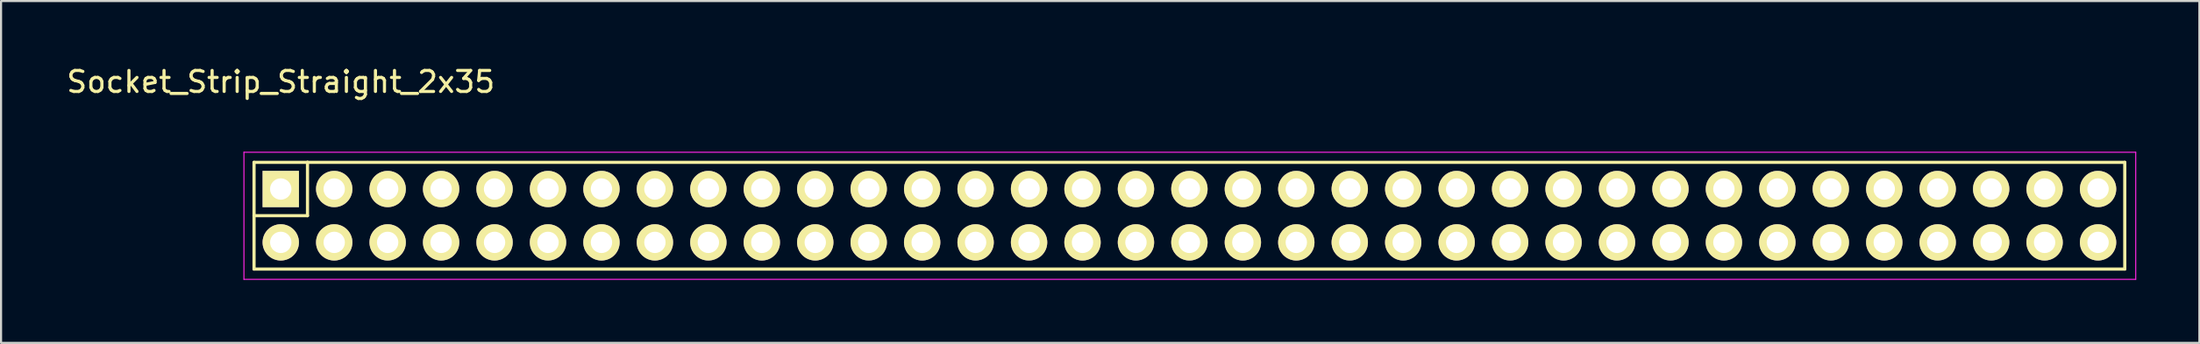
<source format=kicad_pcb>
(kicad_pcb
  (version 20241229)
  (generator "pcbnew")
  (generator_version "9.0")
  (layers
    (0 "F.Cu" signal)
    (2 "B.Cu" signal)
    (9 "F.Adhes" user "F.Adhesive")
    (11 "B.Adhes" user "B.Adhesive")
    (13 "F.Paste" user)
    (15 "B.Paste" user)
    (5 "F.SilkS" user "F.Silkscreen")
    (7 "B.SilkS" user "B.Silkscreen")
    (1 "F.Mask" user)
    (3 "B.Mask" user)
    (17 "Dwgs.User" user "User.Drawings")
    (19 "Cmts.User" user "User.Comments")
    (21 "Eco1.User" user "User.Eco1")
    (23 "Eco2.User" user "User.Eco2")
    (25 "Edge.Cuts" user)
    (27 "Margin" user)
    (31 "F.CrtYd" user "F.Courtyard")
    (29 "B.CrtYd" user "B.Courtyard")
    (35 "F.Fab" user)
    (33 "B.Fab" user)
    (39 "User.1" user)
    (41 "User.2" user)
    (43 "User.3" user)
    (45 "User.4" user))
  (footprint "Socket_Strip_Straight_2x35"
    (layer "F.Cu")
    (at 10.292 5.948)
    (property "Reference" "Socket_Strip_Straight_2x35" (at 0 -5.1 0) (layer "F.SilkS") (effects (font (size 1 1) (thickness 0.15))))
    (attr through_hole)
    (fp_line (start -1.27 -1.27) (end -1.27 1.27) (stroke (width 0.15) (type solid)) (layer "F.SilkS"))
    (fp_line (start -1.27 -1.27) (end 1.27 -1.27) (stroke (width 0.15) (type solid)) (layer "F.SilkS"))
    (fp_line (start -1.27 1.27) (end 1.27 1.27) (stroke (width 0.15) (type solid)) (layer "F.SilkS"))
    (fp_line (start -1.27 3.81) (end -1.27 1.27) (stroke (width 0.15) (type solid)) (layer "F.SilkS"))
    (fp_line (start 1.27 -1.27) (end 87.63 -1.27) (stroke (width 0.15) (type solid)) (layer "F.SilkS"))
    (fp_line (start 1.27 1.27) (end 1.27 -1.27) (stroke (width 0.15) (type solid)) (layer "F.SilkS"))
    (fp_line (start 87.63 3.81) (end -1.27 3.81) (stroke (width 0.15) (type solid)) (layer "F.SilkS"))
    (fp_line (start 87.63 3.81) (end 87.63 -1.27) (stroke (width 0.15) (type solid)) (layer "F.SilkS"))
    (fp_line (start -1.75 -1.75) (end -1.75 4.3) (stroke (width 0.05) (type solid)) (layer "F.CrtYd"))
    (fp_line (start -1.75 -1.75) (end 88.15 -1.75) (stroke (width 0.05) (type solid)) (layer "F.CrtYd"))
    (fp_line (start -1.75 4.3) (end 88.15 4.3) (stroke (width 0.05) (type solid)) (layer "F.CrtYd"))
    (fp_line (start 88.15 -1.75) (end 88.15 4.3) (stroke (width 0.05) (type solid)) (layer "F.CrtYd"))
    (pad "1" thru_hole rect (at 0 0) (size 1.727 1.727) (drill 1.016) (layers "*.Cu" "*.Mask" "F.SilkS"))
    (pad "2" thru_hole oval (at 0 2.54) (size 1.727 1.727) (drill 1.016) (layers "*.Cu" "*.Mask" "F.SilkS"))
    (pad "3" thru_hole oval (at 2.54 0) (size 1.727 1.727) (drill 1.016) (layers "*.Cu" "*.Mask" "F.SilkS"))
    (pad "4" thru_hole oval (at 2.54 2.54) (size 1.727 1.727) (drill 1.016) (layers "*.Cu" "*.Mask" "F.SilkS"))
    (pad "5" thru_hole oval (at 5.08 0) (size 1.727 1.727) (drill 1.016) (layers "*.Cu" "*.Mask" "F.SilkS"))
    (pad "6" thru_hole oval (at 5.08 2.54) (size 1.727 1.727) (drill 1.016) (layers "*.Cu" "*.Mask" "F.SilkS"))
    (pad "7" thru_hole oval (at 7.62 0) (size 1.727 1.727) (drill 1.016) (layers "*.Cu" "*.Mask" "F.SilkS"))
    (pad "8" thru_hole oval (at 7.62 2.54) (size 1.727 1.727) (drill 1.016) (layers "*.Cu" "*.Mask" "F.SilkS"))
    (pad "9" thru_hole oval (at 10.16 0) (size 1.727 1.727) (drill 1.016) (layers "*.Cu" "*.Mask" "F.SilkS"))
    (pad "10" thru_hole oval (at 10.16 2.54) (size 1.727 1.727) (drill 1.016) (layers "*.Cu" "*.Mask" "F.SilkS"))
    (pad "11" thru_hole oval (at 12.7 0) (size 1.727 1.727) (drill 1.016) (layers "*.Cu" "*.Mask" "F.SilkS"))
    (pad "12" thru_hole oval (at 12.7 2.54) (size 1.727 1.727) (drill 1.016) (layers "*.Cu" "*.Mask" "F.SilkS"))
    (pad "13" thru_hole oval (at 15.24 0) (size 1.727 1.727) (drill 1.016) (layers "*.Cu" "*.Mask" "F.SilkS"))
    (pad "14" thru_hole oval (at 15.24 2.54) (size 1.727 1.727) (drill 1.016) (layers "*.Cu" "*.Mask" "F.SilkS"))
    (pad "15" thru_hole oval (at 17.78 0) (size 1.727 1.727) (drill 1.016) (layers "*.Cu" "*.Mask" "F.SilkS"))
    (pad "16" thru_hole oval (at 17.78 2.54) (size 1.727 1.727) (drill 1.016) (layers "*.Cu" "*.Mask" "F.SilkS"))
    (pad "17" thru_hole oval (at 20.32 0) (size 1.727 1.727) (drill 1.016) (layers "*.Cu" "*.Mask" "F.SilkS"))
    (pad "18" thru_hole oval (at 20.32 2.54) (size 1.727 1.727) (drill 1.016) (layers "*.Cu" "*.Mask" "F.SilkS"))
    (pad "19" thru_hole oval (at 22.86 0) (size 1.727 1.727) (drill 1.016) (layers "*.Cu" "*.Mask" "F.SilkS"))
    (pad "20" thru_hole oval (at 22.86 2.54) (size 1.727 1.727) (drill 1.016) (layers "*.Cu" "*.Mask" "F.SilkS"))
    (pad "21" thru_hole oval (at 25.4 0) (size 1.727 1.727) (drill 1.016) (layers "*.Cu" "*.Mask" "F.SilkS"))
    (pad "22" thru_hole oval (at 25.4 2.54) (size 1.727 1.727) (drill 1.016) (layers "*.Cu" "*.Mask" "F.SilkS"))
    (pad "23" thru_hole oval (at 27.94 0) (size 1.727 1.727) (drill 1.016) (layers "*.Cu" "*.Mask" "F.SilkS"))
    (pad "24" thru_hole oval (at 27.94 2.54) (size 1.727 1.727) (drill 1.016) (layers "*.Cu" "*.Mask" "F.SilkS"))
    (pad "25" thru_hole oval (at 30.48 0) (size 1.727 1.727) (drill 1.016) (layers "*.Cu" "*.Mask" "F.SilkS"))
    (pad "26" thru_hole oval (at 30.48 2.54) (size 1.727 1.727) (drill 1.016) (layers "*.Cu" "*.Mask" "F.SilkS"))
    (pad "27" thru_hole oval (at 33.02 0) (size 1.727 1.727) (drill 1.016) (layers "*.Cu" "*.Mask" "F.SilkS"))
    (pad "28" thru_hole oval (at 33.02 2.54) (size 1.727 1.727) (drill 1.016) (layers "*.Cu" "*.Mask" "F.SilkS"))
    (pad "29" thru_hole oval (at 35.56 0) (size 1.727 1.727) (drill 1.016) (layers "*.Cu" "*.Mask" "F.SilkS"))
    (pad "30" thru_hole oval (at 35.56 2.54) (size 1.727 1.727) (drill 1.016) (layers "*.Cu" "*.Mask" "F.SilkS"))
    (pad "31" thru_hole oval (at 38.1 0) (size 1.727 1.727) (drill 1.016) (layers "*.Cu" "*.Mask" "F.SilkS"))
    (pad "32" thru_hole oval (at 38.1 2.54) (size 1.727 1.727) (drill 1.016) (layers "*.Cu" "*.Mask" "F.SilkS"))
    (pad "33" thru_hole oval (at 40.64 0) (size 1.727 1.727) (drill 1.016) (layers "*.Cu" "*.Mask" "F.SilkS"))
    (pad "34" thru_hole oval (at 40.64 2.54) (size 1.727 1.727) (drill 1.016) (layers "*.Cu" "*.Mask" "F.SilkS"))
    (pad "35" thru_hole oval (at 43.18 0) (size 1.727 1.727) (drill 1.016) (layers "*.Cu" "*.Mask" "F.SilkS"))
    (pad "36" thru_hole oval (at 43.18 2.54) (size 1.727 1.727) (drill 1.016) (layers "*.Cu" "*.Mask" "F.SilkS"))
    (pad "37" thru_hole oval (at 45.72 0) (size 1.727 1.727) (drill 1.016) (layers "*.Cu" "*.Mask" "F.SilkS"))
    (pad "38" thru_hole oval (at 45.72 2.54) (size 1.727 1.727) (drill 1.016) (layers "*.Cu" "*.Mask" "F.SilkS"))
    (pad "39" thru_hole oval (at 48.26 0) (size 1.727 1.727) (drill 1.016) (layers "*.Cu" "*.Mask" "F.SilkS"))
    (pad "40" thru_hole oval (at 48.26 2.54) (size 1.727 1.727) (drill 1.016) (layers "*.Cu" "*.Mask" "F.SilkS"))
    (pad "41" thru_hole oval (at 50.8 0) (size 1.727 1.727) (drill 1.016) (layers "*.Cu" "*.Mask" "F.SilkS"))
    (pad "42" thru_hole oval (at 50.8 2.54) (size 1.727 1.727) (drill 1.016) (layers "*.Cu" "*.Mask" "F.SilkS"))
    (pad "43" thru_hole oval (at 53.34 0) (size 1.727 1.727) (drill 1.016) (layers "*.Cu" "*.Mask" "F.SilkS"))
    (pad "44" thru_hole oval (at 53.34 2.54) (size 1.727 1.727) (drill 1.016) (layers "*.Cu" "*.Mask" "F.SilkS"))
    (pad "45" thru_hole oval (at 55.88 0) (size 1.727 1.727) (drill 1.016) (layers "*.Cu" "*.Mask" "F.SilkS"))
    (pad "46" thru_hole oval (at 55.88 2.54) (size 1.727 1.727) (drill 1.016) (layers "*.Cu" "*.Mask" "F.SilkS"))
    (pad "47" thru_hole oval (at 58.42 0) (size 1.727 1.727) (drill 1.016) (layers "*.Cu" "*.Mask" "F.SilkS"))
    (pad "48" thru_hole oval (at 58.42 2.54) (size 1.727 1.727) (drill 1.016) (layers "*.Cu" "*.Mask" "F.SilkS"))
    (pad "49" thru_hole oval (at 60.96 0) (size 1.727 1.727) (drill 1.016) (layers "*.Cu" "*.Mask" "F.SilkS"))
    (pad "50" thru_hole oval (at 60.96 2.54) (size 1.727 1.727) (drill 1.016) (layers "*.Cu" "*.Mask" "F.SilkS"))
    (pad "51" thru_hole oval (at 63.5 0) (size 1.727 1.727) (drill 1.016) (layers "*.Cu" "*.Mask" "F.SilkS"))
    (pad "52" thru_hole oval (at 63.5 2.54) (size 1.727 1.727) (drill 1.016) (layers "*.Cu" "*.Mask" "F.SilkS"))
    (pad "53" thru_hole oval (at 66.04 0) (size 1.727 1.727) (drill 1.016) (layers "*.Cu" "*.Mask" "F.SilkS"))
    (pad "54" thru_hole oval (at 66.04 2.54) (size 1.727 1.727) (drill 1.016) (layers "*.Cu" "*.Mask" "F.SilkS"))
    (pad "55" thru_hole oval (at 68.58 0) (size 1.727 1.727) (drill 1.016) (layers "*.Cu" "*.Mask" "F.SilkS"))
    (pad "56" thru_hole oval (at 68.58 2.54) (size 1.727 1.727) (drill 1.016) (layers "*.Cu" "*.Mask" "F.SilkS"))
    (pad "57" thru_hole oval (at 71.12 0) (size 1.727 1.727) (drill 1.016) (layers "*.Cu" "*.Mask" "F.SilkS"))
    (pad "58" thru_hole oval (at 71.12 2.54) (size 1.727 1.727) (drill 1.016) (layers "*.Cu" "*.Mask" "F.SilkS"))
    (pad "59" thru_hole oval (at 73.66 0) (size 1.727 1.727) (drill 1.016) (layers "*.Cu" "*.Mask" "F.SilkS"))
    (pad "60" thru_hole oval (at 73.66 2.54) (size 1.727 1.727) (drill 1.016) (layers "*.Cu" "*.Mask" "F.SilkS"))
    (pad "61" thru_hole oval (at 76.2 0) (size 1.727 1.727) (drill 1.016) (layers "*.Cu" "*.Mask" "F.SilkS"))
    (pad "62" thru_hole oval (at 76.2 2.54) (size 1.727 1.727) (drill 1.016) (layers "*.Cu" "*.Mask" "F.SilkS"))
    (pad "63" thru_hole oval (at 78.74 0) (size 1.727 1.727) (drill 1.016) (layers "*.Cu" "*.Mask" "F.SilkS"))
    (pad "64" thru_hole oval (at 78.74 2.54) (size 1.727 1.727) (drill 1.016) (layers "*.Cu" "*.Mask" "F.SilkS"))
    (pad "65" thru_hole oval (at 81.28 0) (size 1.727 1.727) (drill 1.016) (layers "*.Cu" "*.Mask" "F.SilkS"))
    (pad "66" thru_hole oval (at 81.28 2.54) (size 1.727 1.727) (drill 1.016) (layers "*.Cu" "*.Mask" "F.SilkS"))
    (pad "67" thru_hole oval (at 83.82 0) (size 1.727 1.727) (drill 1.016) (layers "*.Cu" "*.Mask" "F.SilkS"))
    (pad "68" thru_hole oval (at 83.82 2.54) (size 1.727 1.727) (drill 1.016) (layers "*.Cu" "*.Mask" "F.SilkS"))
    (pad "69" thru_hole oval (at 86.36 0) (size 1.727 1.727) (drill 1.016) (layers "*.Cu" "*.Mask" "F.SilkS"))
    (pad "70" thru_hole oval (at 86.36 2.54) (size 1.727 1.727) (drill 1.016) (layers "*.Cu" "*.Mask" "F.SilkS")))
  (gr_rect
    (start -3 -3)
    (end 101.467 13.273)
    (stroke (width 0.1) (type default))
    (fill no)
    (layer "Edge.Cuts")))
</source>
